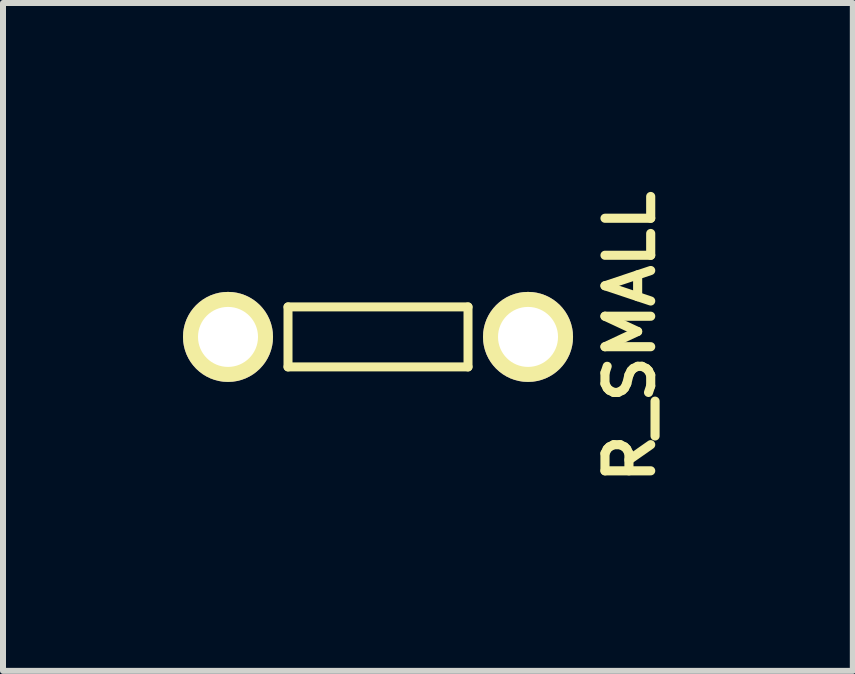
<source format=kicad_pcb>
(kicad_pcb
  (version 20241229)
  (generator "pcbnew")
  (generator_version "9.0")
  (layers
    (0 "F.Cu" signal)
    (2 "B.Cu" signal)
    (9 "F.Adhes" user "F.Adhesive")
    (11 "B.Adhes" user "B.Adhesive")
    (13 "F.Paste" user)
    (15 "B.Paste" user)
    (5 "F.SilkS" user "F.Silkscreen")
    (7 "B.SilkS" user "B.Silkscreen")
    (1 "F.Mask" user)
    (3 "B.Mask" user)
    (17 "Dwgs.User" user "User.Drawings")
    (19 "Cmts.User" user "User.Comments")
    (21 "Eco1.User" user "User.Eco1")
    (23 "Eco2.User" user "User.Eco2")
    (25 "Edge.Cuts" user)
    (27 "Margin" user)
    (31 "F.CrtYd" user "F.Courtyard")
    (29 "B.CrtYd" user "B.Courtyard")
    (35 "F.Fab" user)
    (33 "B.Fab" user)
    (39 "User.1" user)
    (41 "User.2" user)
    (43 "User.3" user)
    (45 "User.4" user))
  (footprint "R_SMALL"
    (layer "F.Cu")
    (at 3.25 2.565)
    (property "Reference" "R_SMALL" (at 4.2 0 90) (layer "F.SilkS") (effects (font (size 0.762 0.762) (thickness 0.152))))
    (attr through_hole)
    (fp_line (start -1.5 -0.5) (end -1.5 0.5) (stroke (width 0.15) (type solid)) (layer "F.SilkS"))
    (fp_line (start -1.5 0.5) (end 1.5 0.5) (stroke (width 0.15) (type solid)) (layer "F.SilkS"))
    (fp_line (start 1.5 -0.5) (end -1.5 -0.5) (stroke (width 0.15) (type solid)) (layer "F.SilkS"))
    (fp_line (start 1.5 0.5) (end 1.5 -0.5) (stroke (width 0.15) (type solid)) (layer "F.SilkS"))
    (pad "1" thru_hole circle (at -2.5 0) (size 1.5 1.5) (drill 1) (layers "*.Cu" "*.Mask" "F.SilkS"))
    (pad "2" thru_hole circle (at 2.5 0) (size 1.5 1.5) (drill 1) (layers "*.Cu" "*.Mask" "F.SilkS")))
  (gr_rect
    (start -3 -3)
    (end 11.163 8.131)
    (stroke (width 0.1) (type default))
    (fill no)
    (layer "Edge.Cuts")))
</source>
